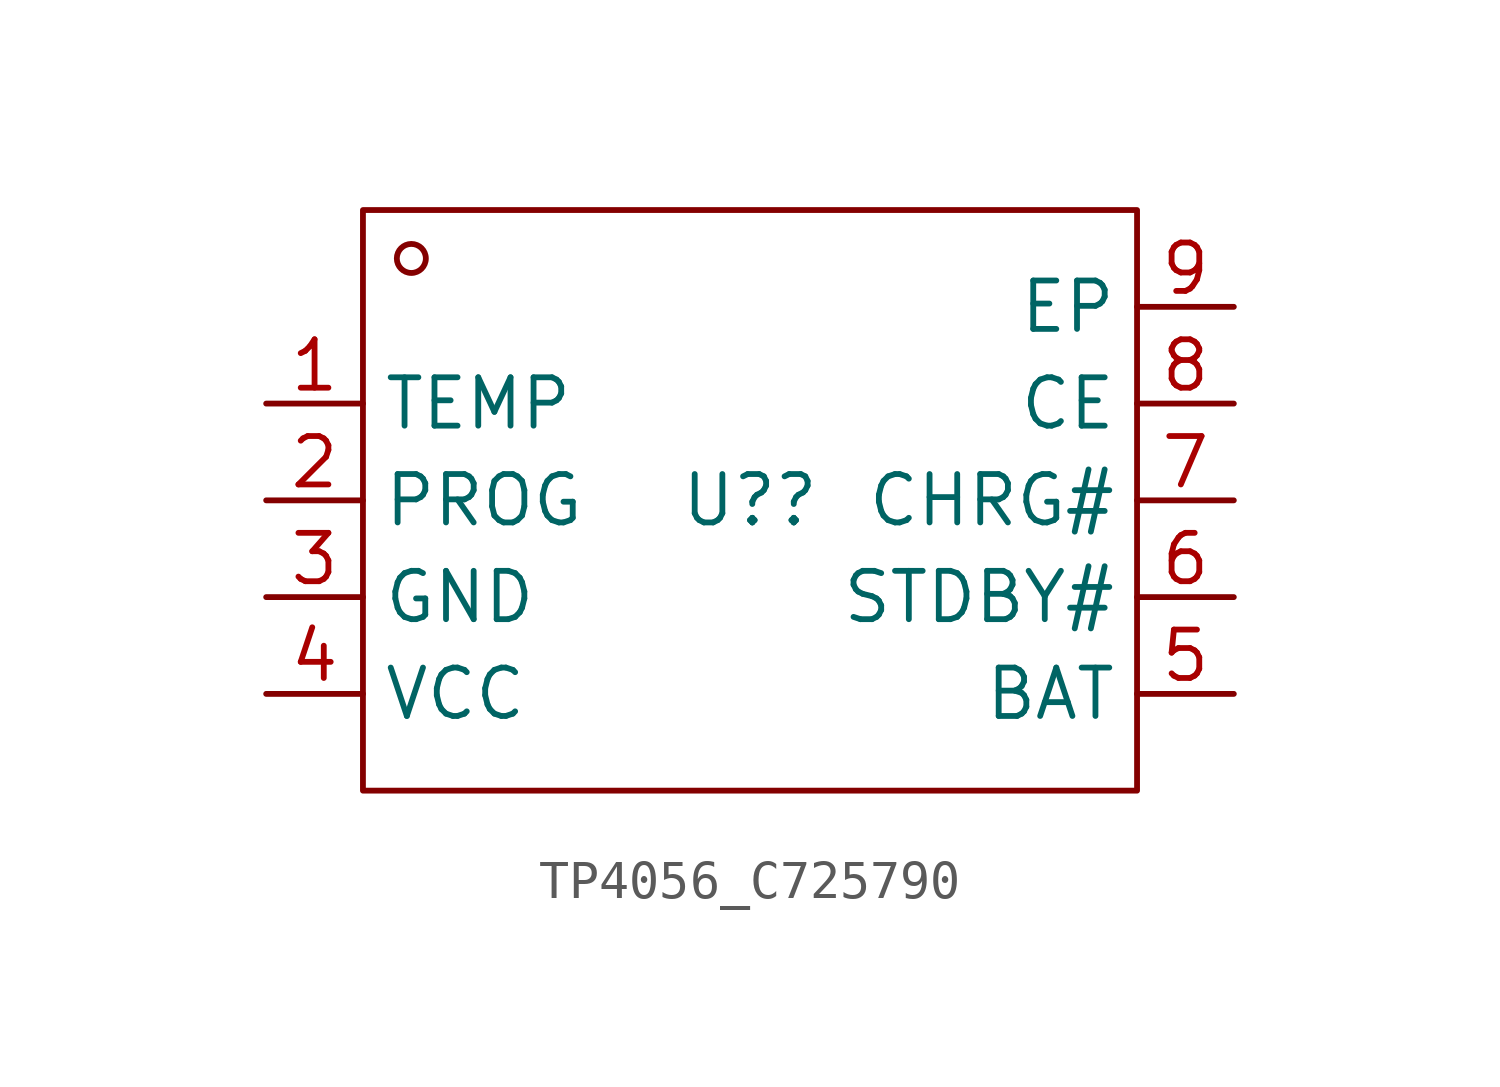
<source format=kicad_sym>
(kicad_symbol_lib
  (version 20231120)
  (generator "kicad_symbol_editor")
  (generator_version "8.0")
  (symbol "TP4056_C725790"
    (property "Reference" "U?"
      (at 0 0 0)
      (effects (font (size 1.27 1.27))))
    (property "Value" ""
      (at 0 0 0)
      (effects (font (size 1.27 1.27))))
    (symbol "TP4056_C725790_1_0"
      (rectangle (start -10.16 -7.62) (end 10.16 7.62) (stroke (width 0) (type default)) (fill (type none)))
      (circle (center -8.89 6.35) (radius 0.381) (stroke (width 0) (type default)) (fill (type none)))
      (pin unspecified line (at -12.7 2.54 0) (length 2.54) (name "TEMP" (effects (font (size 1.27 1.27)))) (number "1" (effects (font (size 1.27 1.27)))))
      (pin unspecified line (at -12.7 0 0) (length 2.54) (name "PROG" (effects (font (size 1.27 1.27)))) (number "2" (effects (font (size 1.27 1.27)))))
      (pin unspecified line (at -12.7 -2.54 0) (length 2.54) (name "GND" (effects (font (size 1.27 1.27)))) (number "3" (effects (font (size 1.27 1.27)))))
      (pin unspecified line (at -12.7 -5.08 0) (length 2.54) (name "VCC" (effects (font (size 1.27 1.27)))) (number "4" (effects (font (size 1.27 1.27)))))
      (pin unspecified line (at 12.7 -5.08 180) (length 2.54) (name "BAT" (effects (font (size 1.27 1.27)))) (number "5" (effects (font (size 1.27 1.27)))))
      (pin unspecified line (at 12.7 -2.54 180) (length 2.54) (name "STDBY#" (effects (font (size 1.27 1.27)))) (number "6" (effects (font (size 1.27 1.27)))))
      (pin unspecified line (at 12.7 0 180) (length 2.54) (name "CHRG#" (effects (font (size 1.27 1.27)))) (number "7" (effects (font (size 1.27 1.27)))))
      (pin unspecified line (at 12.7 2.54 180) (length 2.54) (name "CE" (effects (font (size 1.27 1.27)))) (number "8" (effects (font (size 1.27 1.27)))))
      (pin unspecified line (at 12.7 5.08 180) (length 2.54) (name "EP" (effects (font (size 1.27 1.27)))) (number "9" (effects (font (size 1.27 1.27))))))))
</source>
